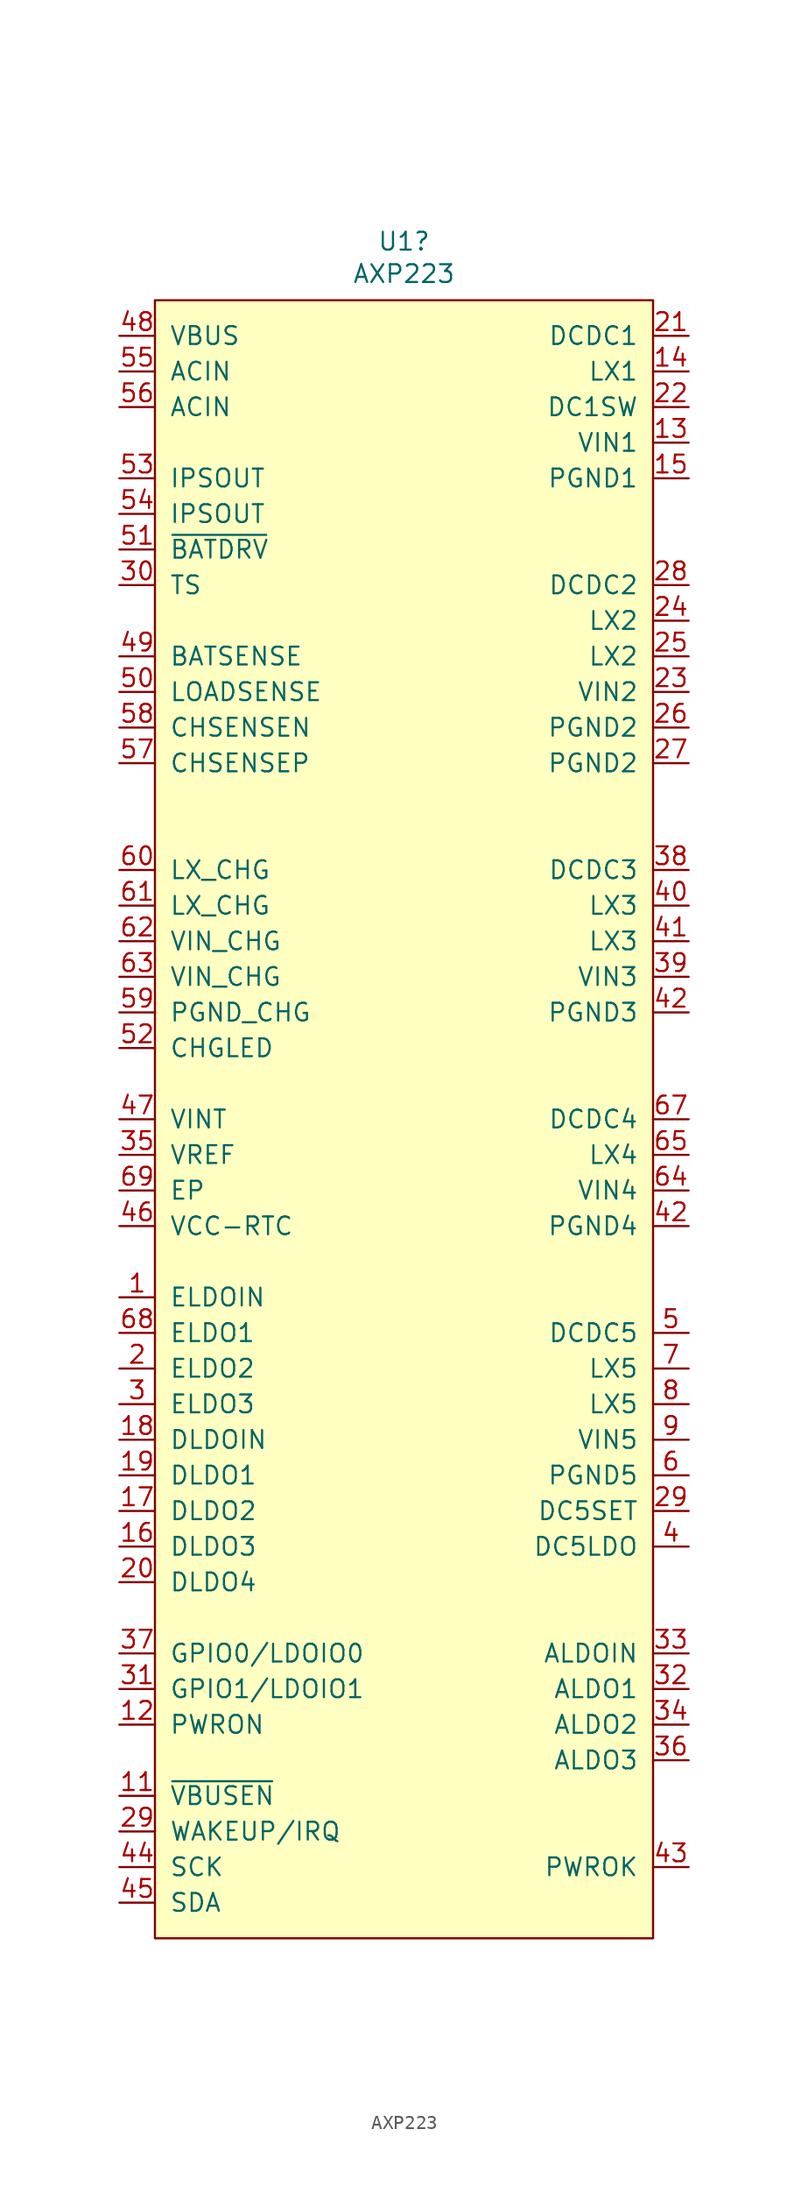
<source format=kicad_sym>
(kicad_symbol_lib
  (version 20231120)
  (generator "kicad_symbol_editor")
  (generator_version "8.0")
  (symbol "AXP223"
    (pin_names
      (offset 1.016))
    (property "Reference" "U1"
      (at 0 1.651 0)
      (effects (font (size 1.27 1.27))))
    (property "Value" "AXP223"
      (at 0 -0.66 0)
      (effects (font (size 1.27 1.27))))
    (symbol "AXP223_0_1"
      (rectangle (start -17.78 -2.54) (end 17.78 -119.38) (stroke (width 0) (type default)) (fill (type background))))
    (symbol "AXP223_1_1"
      (pin power_in line (at -20.32 -73.66 0) (length 2.54) (name "ELDOIN" (effects (font (size 1.27 1.27)))) (number "1" (effects (font (size 1.27 1.27)))))
      (pin input line (at -20.32 -109.22 0) (length 2.54) (name "~{VBUSEN}" (effects (font (size 1.27 1.27)))) (number "11" (effects (font (size 1.27 1.27)))))
      (pin input line (at -20.32 -104.14 0) (length 2.54) (name "PWRON" (effects (font (size 1.27 1.27)))) (number "12" (effects (font (size 1.27 1.27)))))
      (pin power_in line (at 20.32 -12.7 180) (length 2.54) (name "VIN1" (effects (font (size 1.27 1.27)))) (number "13" (effects (font (size 1.27 1.27)))))
      (pin power_in line (at 20.32 -7.62 180) (length 2.54) (name "LX1" (effects (font (size 1.27 1.27)))) (number "14" (effects (font (size 1.27 1.27)))))
      (pin power_in line (at 20.32 -15.24 180) (length 2.54) (name "PGND1" (effects (font (size 1.27 1.27)))) (number "15" (effects (font (size 1.27 1.27)))))
      (pin power_out line (at -20.32 -91.44 0) (length 2.54) (name "DLDO3" (effects (font (size 1.27 1.27)))) (number "16" (effects (font (size 1.27 1.27)))))
      (pin power_out line (at -20.32 -88.9 0) (length 2.54) (name "DLDO2" (effects (font (size 1.27 1.27)))) (number "17" (effects (font (size 1.27 1.27)))))
      (pin power_in line (at -20.32 -83.82 0) (length 2.54) (name "DLDOIN" (effects (font (size 1.27 1.27)))) (number "18" (effects (font (size 1.27 1.27)))))
      (pin power_out line (at -20.32 -86.36 0) (length 2.54) (name "DLDO1" (effects (font (size 1.27 1.27)))) (number "19" (effects (font (size 1.27 1.27)))))
      (pin power_out line (at -20.32 -78.74 0) (length 2.54) (name "ELDO2" (effects (font (size 1.27 1.27)))) (number "2" (effects (font (size 1.27 1.27)))))
      (pin power_out line (at -20.32 -93.98 0) (length 2.54) (name "DLDO4" (effects (font (size 1.27 1.27)))) (number "20" (effects (font (size 1.27 1.27)))))
      (pin power_in line (at 20.32 -5.08 180) (length 2.54) (name "DCDC1" (effects (font (size 1.27 1.27)))) (number "21" (effects (font (size 1.27 1.27)))))
      (pin power_in line (at 20.32 -10.16 180) (length 2.54) (name "DC1SW" (effects (font (size 1.27 1.27)))) (number "22" (effects (font (size 1.27 1.27)))))
      (pin power_in line (at 20.32 -30.48 180) (length 2.54) (name "VIN2" (effects (font (size 1.27 1.27)))) (number "23" (effects (font (size 1.27 1.27)))))
      (pin power_in line (at 20.32 -25.4 180) (length 2.54) (name "LX2" (effects (font (size 1.27 1.27)))) (number "24" (effects (font (size 1.27 1.27)))))
      (pin power_in line (at 20.32 -27.94 180) (length 2.54) (name "LX2" (effects (font (size 1.27 1.27)))) (number "25" (effects (font (size 1.27 1.27)))))
      (pin power_in line (at 20.32 -33.02 180) (length 2.54) (name "PGND2" (effects (font (size 1.27 1.27)))) (number "26" (effects (font (size 1.27 1.27)))))
      (pin power_in line (at 20.32 -35.56 180) (length 2.54) (name "PGND2" (effects (font (size 1.27 1.27)))) (number "27" (effects (font (size 1.27 1.27)))))
      (pin power_in line (at 20.32 -22.86 180) (length 2.54) (name "DCDC2" (effects (font (size 1.27 1.27)))) (number "28" (effects (font (size 1.27 1.27)))))
      (pin input line (at 20.32 -88.9 180) (length 2.54) (name "DC5SET" (effects (font (size 1.27 1.27)))) (number "29" (effects (font (size 1.27 1.27)))))
      (pin output line (at -20.32 -111.76 0) (length 2.54) (name "WAKEUP/IRQ" (effects (font (size 1.27 1.27)))) (number "29" (effects (font (size 1.27 1.27)))))
      (pin power_out line (at -20.32 -81.28 0) (length 2.54) (name "ELDO3" (effects (font (size 1.27 1.27)))) (number "3" (effects (font (size 1.27 1.27)))))
      (pin input line (at -20.32 -22.86 0) (length 2.54) (name "TS" (effects (font (size 1.27 1.27)))) (number "30" (effects (font (size 1.27 1.27)))))
      (pin bidirectional line (at -20.32 -101.6 0) (length 2.54) (name "GPIO1/LDOIO1" (effects (font (size 1.27 1.27)))) (number "31" (effects (font (size 1.27 1.27)))))
      (pin power_out line (at 20.32 -101.6 180) (length 2.54) (name "ALDO1" (effects (font (size 1.27 1.27)))) (number "32" (effects (font (size 1.27 1.27)))))
      (pin power_in line (at 20.32 -99.06 180) (length 2.54) (name "ALDOIN" (effects (font (size 1.27 1.27)))) (number "33" (effects (font (size 1.27 1.27)))))
      (pin power_out line (at 20.32 -104.14 180) (length 2.54) (name "ALDO2" (effects (font (size 1.27 1.27)))) (number "34" (effects (font (size 1.27 1.27)))))
      (pin power_out line (at -20.32 -63.5 0) (length 2.54) (name "VREF" (effects (font (size 1.27 1.27)))) (number "35" (effects (font (size 1.27 1.27)))))
      (pin power_out line (at 20.32 -106.68 180) (length 2.54) (name "ALDO3" (effects (font (size 1.27 1.27)))) (number "36" (effects (font (size 1.27 1.27)))))
      (pin bidirectional line (at -20.32 -99.06 0) (length 2.54) (name "GPIO0/LDOIO0" (effects (font (size 1.27 1.27)))) (number "37" (effects (font (size 1.27 1.27)))))
      (pin power_in line (at 20.32 -43.18 180) (length 2.54) (name "DCDC3" (effects (font (size 1.27 1.27)))) (number "38" (effects (font (size 1.27 1.27)))))
      (pin power_in line (at 20.32 -50.8 180) (length 2.54) (name "VIN3" (effects (font (size 1.27 1.27)))) (number "39" (effects (font (size 1.27 1.27)))))
      (pin power_out line (at 20.32 -91.44 180) (length 2.54) (name "DC5LDO" (effects (font (size 1.27 1.27)))) (number "4" (effects (font (size 1.27 1.27)))))
      (pin power_in line (at 20.32 -45.72 180) (length 2.54) (name "LX3" (effects (font (size 1.27 1.27)))) (number "40" (effects (font (size 1.27 1.27)))))
      (pin power_in line (at 20.32 -48.26 180) (length 2.54) (name "LX3" (effects (font (size 1.27 1.27)))) (number "41" (effects (font (size 1.27 1.27)))))
      (pin power_in line (at 20.32 -53.34 180) (length 2.54) (name "PGND3" (effects (font (size 1.27 1.27)))) (number "42" (effects (font (size 1.27 1.27)))))
      (pin power_in line (at 20.32 -68.58 180) (length 2.54) (name "PGND4" (effects (font (size 1.27 1.27)))) (number "42" (effects (font (size 1.27 1.27)))))
      (pin output line (at 20.32 -114.3 180) (length 2.54) (name "PWROK" (effects (font (size 1.27 1.27)))) (number "43" (effects (font (size 1.27 1.27)))))
      (pin bidirectional line (at -20.32 -114.3 0) (length 2.54) (name "SCK" (effects (font (size 1.27 1.27)))) (number "44" (effects (font (size 1.27 1.27)))))
      (pin bidirectional line (at -20.32 -116.84 0) (length 2.54) (name "SDA" (effects (font (size 1.27 1.27)))) (number "45" (effects (font (size 1.27 1.27)))))
      (pin power_out line (at -20.32 -68.58 0) (length 2.54) (name "VCC-RTC" (effects (font (size 1.27 1.27)))) (number "46" (effects (font (size 1.27 1.27)))))
      (pin power_out line (at -20.32 -60.96 0) (length 2.54) (name "VINT" (effects (font (size 1.27 1.27)))) (number "47" (effects (font (size 1.27 1.27)))))
      (pin power_in line (at -20.32 -5.08 0) (length 2.54) (name "VBUS" (effects (font (size 1.27 1.27)))) (number "48" (effects (font (size 1.27 1.27)))))
      (pin input line (at -20.32 -27.94 0) (length 2.54) (name "BATSENSE" (effects (font (size 1.27 1.27)))) (number "49" (effects (font (size 1.27 1.27)))))
      (pin power_in line (at 20.32 -76.2 180) (length 2.54) (name "DCDC5" (effects (font (size 1.27 1.27)))) (number "5" (effects (font (size 1.27 1.27)))))
      (pin input line (at -20.32 -30.48 0) (length 2.54) (name "LOADSENSE" (effects (font (size 1.27 1.27)))) (number "50" (effects (font (size 1.27 1.27)))))
      (pin output line (at -20.32 -20.32 0) (length 2.54) (name "~{BATDRV}" (effects (font (size 1.27 1.27)))) (number "51" (effects (font (size 1.27 1.27)))))
      (pin output line (at -20.32 -55.88 0) (length 2.54) (name "CHGLED" (effects (font (size 1.27 1.27)))) (number "52" (effects (font (size 1.27 1.27)))))
      (pin power_out line (at -20.32 -15.24 0) (length 2.54) (name "IPSOUT" (effects (font (size 1.27 1.27)))) (number "53" (effects (font (size 1.27 1.27)))))
      (pin power_out line (at -20.32 -17.78 0) (length 2.54) (name "IPSOUT" (effects (font (size 1.27 1.27)))) (number "54" (effects (font (size 1.27 1.27)))))
      (pin power_in line (at -20.32 -7.62 0) (length 2.54) (name "ACIN" (effects (font (size 1.27 1.27)))) (number "55" (effects (font (size 1.27 1.27)))))
      (pin power_in line (at -20.32 -10.16 0) (length 2.54) (name "ACIN" (effects (font (size 1.27 1.27)))) (number "56" (effects (font (size 1.27 1.27)))))
      (pin input line (at -20.32 -35.56 0) (length 2.54) (name "CHSENSEP" (effects (font (size 1.27 1.27)))) (number "57" (effects (font (size 1.27 1.27)))))
      (pin input line (at -20.32 -33.02 0) (length 2.54) (name "CHSENSEN" (effects (font (size 1.27 1.27)))) (number "58" (effects (font (size 1.27 1.27)))))
      (pin power_in line (at -20.32 -53.34 0) (length 2.54) (name "PGND_CHG" (effects (font (size 1.27 1.27)))) (number "59" (effects (font (size 1.27 1.27)))))
      (pin power_in line (at 20.32 -86.36 180) (length 2.54) (name "PGND5" (effects (font (size 1.27 1.27)))) (number "6" (effects (font (size 1.27 1.27)))))
      (pin output line (at -20.32 -43.18 0) (length 2.54) (name "LX_CHG" (effects (font (size 1.27 1.27)))) (number "60" (effects (font (size 1.27 1.27)))))
      (pin output line (at -20.32 -45.72 0) (length 2.54) (name "LX_CHG" (effects (font (size 1.27 1.27)))) (number "61" (effects (font (size 1.27 1.27)))))
      (pin output line (at -20.32 -48.26 0) (length 2.54) (name "VIN_CHG" (effects (font (size 1.27 1.27)))) (number "62" (effects (font (size 1.27 1.27)))))
      (pin output line (at -20.32 -50.8 0) (length 2.54) (name "VIN_CHG" (effects (font (size 1.27 1.27)))) (number "63" (effects (font (size 1.27 1.27)))))
      (pin power_in line (at 20.32 -66.04 180) (length 2.54) (name "VIN4" (effects (font (size 1.27 1.27)))) (number "64" (effects (font (size 1.27 1.27)))))
      (pin power_in line (at 20.32 -63.5 180) (length 2.54) (name "LX4" (effects (font (size 1.27 1.27)))) (number "65" (effects (font (size 1.27 1.27)))))
      (pin power_in line (at 20.32 -60.96 180) (length 2.54) (name "DCDC4" (effects (font (size 1.27 1.27)))) (number "67" (effects (font (size 1.27 1.27)))))
      (pin power_out line (at -20.32 -76.2 0) (length 2.54) (name "ELDO1" (effects (font (size 1.27 1.27)))) (number "68" (effects (font (size 1.27 1.27)))))
      (pin power_in line (at -20.32 -66.04 0) (length 2.54) (name "EP" (effects (font (size 1.27 1.27)))) (number "69" (effects (font (size 1.27 1.27)))))
      (pin power_in line (at 20.32 -78.74 180) (length 2.54) (name "LX5" (effects (font (size 1.27 1.27)))) (number "7" (effects (font (size 1.27 1.27)))))
      (pin power_in line (at 20.32 -81.28 180) (length 2.54) (name "LX5" (effects (font (size 1.27 1.27)))) (number "8" (effects (font (size 1.27 1.27)))))
      (pin power_in line (at 20.32 -83.82 180) (length 2.54) (name "VIN5" (effects (font (size 1.27 1.27)))) (number "9" (effects (font (size 1.27 1.27))))))))
</source>
